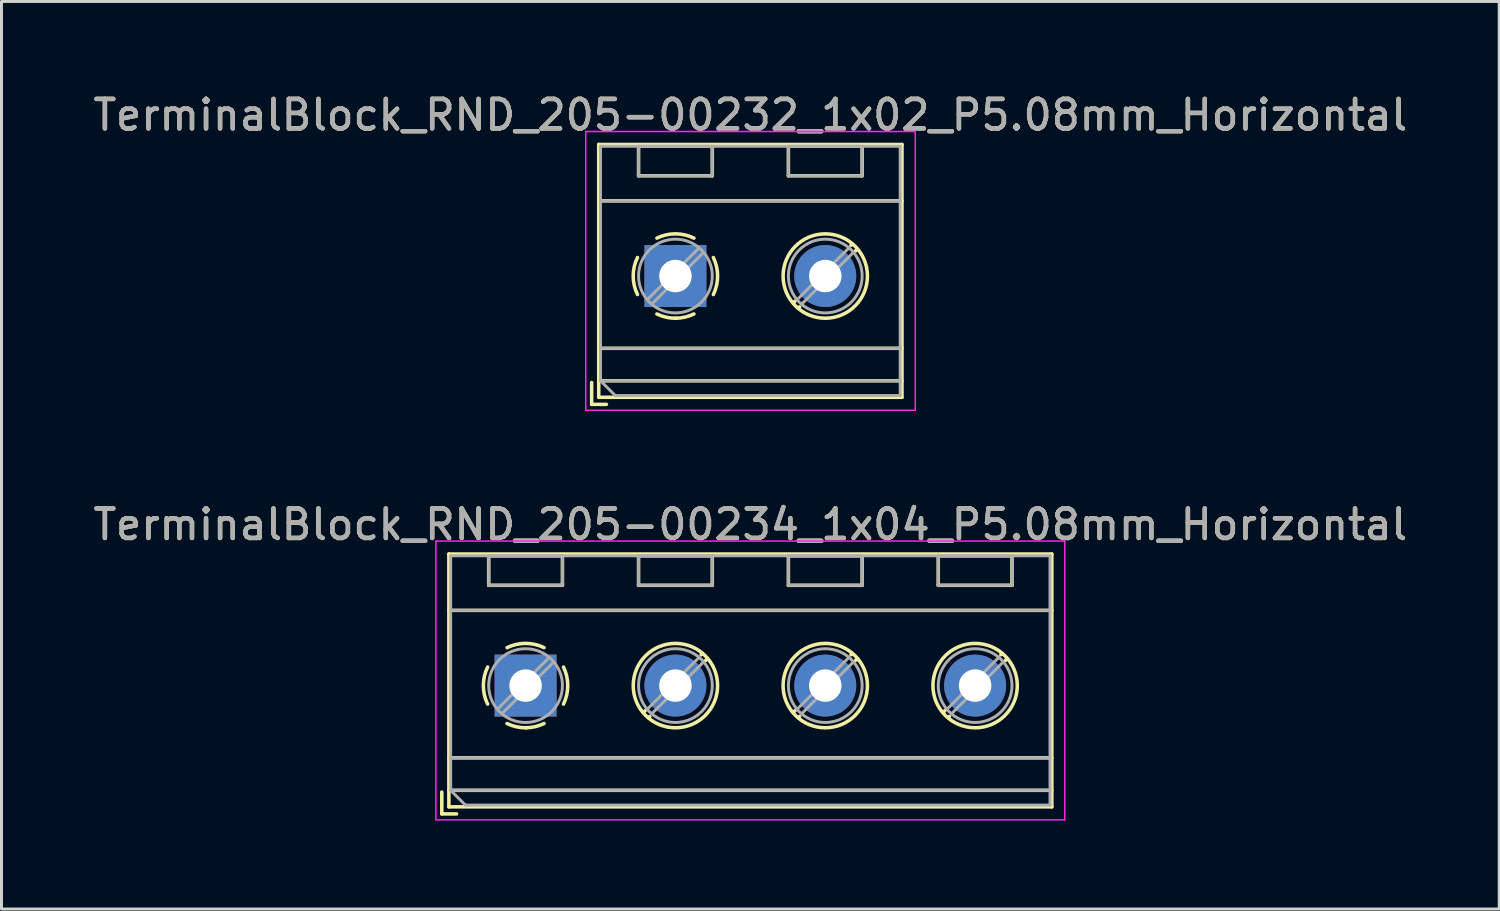
<source format=kicad_pcb>
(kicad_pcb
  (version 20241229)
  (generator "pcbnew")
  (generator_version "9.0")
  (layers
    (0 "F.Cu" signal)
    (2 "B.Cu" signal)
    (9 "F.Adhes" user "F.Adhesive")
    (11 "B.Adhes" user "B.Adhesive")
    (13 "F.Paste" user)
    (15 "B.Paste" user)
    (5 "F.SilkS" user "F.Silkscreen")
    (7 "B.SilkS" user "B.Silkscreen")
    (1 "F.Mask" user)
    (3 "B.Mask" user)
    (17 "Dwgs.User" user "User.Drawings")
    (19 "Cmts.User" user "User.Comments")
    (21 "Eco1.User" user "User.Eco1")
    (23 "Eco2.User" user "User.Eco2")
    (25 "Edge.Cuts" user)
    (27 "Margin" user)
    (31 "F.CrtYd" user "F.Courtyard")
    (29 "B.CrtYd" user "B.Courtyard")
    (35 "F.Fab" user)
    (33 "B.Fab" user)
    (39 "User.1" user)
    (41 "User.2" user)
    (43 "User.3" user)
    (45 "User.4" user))
  (footprint "TerminalBlock_RND_205-00234_1x04_P5.08mm_Horizontal"
    (layer "F.Cu")
    (at 14.767 20.192)
    (property "Reference" "TerminalBlock_RND_205-00234_1x04_P5.08mm_Horizontal" (at 7.62 -5.46 0) (layer "F.SilkS") (effects (font (size 1 1) (thickness 0.15))))
    (attr through_hole)
    (fp_line (start -2.84 3.61) (end -2.84 4.35) (stroke (width 0.12) (type solid)) (layer "F.SilkS"))
    (fp_line (start -2.84 4.35) (end -2.34 4.35) (stroke (width 0.12) (type solid)) (layer "F.SilkS"))
    (fp_line (start -2.6 -4.46) (end -2.6 4.11) (stroke (width 0.12) (type solid)) (layer "F.SilkS"))
    (fp_line (start -2.6 -4.46) (end 17.84 -4.46) (stroke (width 0.12) (type solid)) (layer "F.SilkS"))
    (fp_line (start -2.6 -2.55) (end 17.84 -2.55) (stroke (width 0.12) (type solid)) (layer "F.SilkS"))
    (fp_line (start -2.6 2.45) (end 17.84 2.45) (stroke (width 0.12) (type solid)) (layer "F.SilkS"))
    (fp_line (start -2.6 3.55) (end 17.84 3.55) (stroke (width 0.12) (type solid)) (layer "F.SilkS"))
    (fp_line (start -2.6 4.11) (end 17.84 4.11) (stroke (width 0.12) (type solid)) (layer "F.SilkS"))
    (fp_line (start -1.25 -4.4) (end -1.25 -3.4) (stroke (width 0.12) (type solid)) (layer "F.SilkS"))
    (fp_line (start -1.25 -4.4) (end 1.25 -4.4) (stroke (width 0.12) (type solid)) (layer "F.SilkS"))
    (fp_line (start -1.25 -3.4) (end 1.25 -3.4) (stroke (width 0.12) (type solid)) (layer "F.SilkS"))
    (fp_line (start 1.25 -4.4) (end 1.25 -3.4) (stroke (width 0.12) (type solid)) (layer "F.SilkS"))
    (fp_line (start 3.83 -4.4) (end 3.83 -3.4) (stroke (width 0.12) (type solid)) (layer "F.SilkS"))
    (fp_line (start 3.83 -4.4) (end 6.33 -4.4) (stroke (width 0.12) (type solid)) (layer "F.SilkS"))
    (fp_line (start 3.83 -3.4) (end 6.33 -3.4) (stroke (width 0.12) (type solid)) (layer "F.SilkS"))
    (fp_line (start 4.056 0.85) (end 3.996 0.91) (stroke (width 0.12) (type solid)) (layer "F.SilkS"))
    (fp_line (start 4.21 1.045) (end 4.17 1.085) (stroke (width 0.12) (type solid)) (layer "F.SilkS"))
    (fp_line (start 5.991 -1.085) (end 5.951 -1.045) (stroke (width 0.12) (type solid)) (layer "F.SilkS"))
    (fp_line (start 6.165 -0.91) (end 6.105 -0.851) (stroke (width 0.12) (type solid)) (layer "F.SilkS"))
    (fp_line (start 6.33 -4.4) (end 6.33 -3.4) (stroke (width 0.12) (type solid)) (layer "F.SilkS"))
    (fp_line (start 8.91 -4.4) (end 8.91 -3.4) (stroke (width 0.12) (type solid)) (layer "F.SilkS"))
    (fp_line (start 8.91 -4.4) (end 11.41 -4.4) (stroke (width 0.12) (type solid)) (layer "F.SilkS"))
    (fp_line (start 8.91 -3.4) (end 11.41 -3.4) (stroke (width 0.12) (type solid)) (layer "F.SilkS"))
    (fp_line (start 9.136 0.85) (end 9.076 0.91) (stroke (width 0.12) (type solid)) (layer "F.SilkS"))
    (fp_line (start 9.29 1.045) (end 9.25 1.085) (stroke (width 0.12) (type solid)) (layer "F.SilkS"))
    (fp_line (start 11.071 -1.085) (end 11.031 -1.045) (stroke (width 0.12) (type solid)) (layer "F.SilkS"))
    (fp_line (start 11.245 -0.91) (end 11.185 -0.851) (stroke (width 0.12) (type solid)) (layer "F.SilkS"))
    (fp_line (start 11.41 -4.4) (end 11.41 -3.4) (stroke (width 0.12) (type solid)) (layer "F.SilkS"))
    (fp_line (start 13.99 -4.4) (end 13.99 -3.4) (stroke (width 0.12) (type solid)) (layer "F.SilkS"))
    (fp_line (start 13.99 -4.4) (end 16.49 -4.4) (stroke (width 0.12) (type solid)) (layer "F.SilkS"))
    (fp_line (start 13.99 -3.4) (end 16.49 -3.4) (stroke (width 0.12) (type solid)) (layer "F.SilkS"))
    (fp_line (start 14.216 0.85) (end 14.156 0.91) (stroke (width 0.12) (type solid)) (layer "F.SilkS"))
    (fp_line (start 14.37 1.045) (end 14.33 1.085) (stroke (width 0.12) (type solid)) (layer "F.SilkS"))
    (fp_line (start 16.151 -1.085) (end 16.111 -1.045) (stroke (width 0.12) (type solid)) (layer "F.SilkS"))
    (fp_line (start 16.325 -0.91) (end 16.265 -0.851) (stroke (width 0.12) (type solid)) (layer "F.SilkS"))
    (fp_line (start 16.49 -4.4) (end 16.49 -3.4) (stroke (width 0.12) (type solid)) (layer "F.SilkS"))
    (fp_line (start 17.84 -4.46) (end 17.84 4.11) (stroke (width 0.12) (type solid)) (layer "F.SilkS"))
    (fp_arc (start -1.286611 0.626746) (mid -1.431146 -0.000697) (end -1.286 -0.628) (stroke (width 0.12) (type solid)) (layer "F.SilkS"))
    (fp_arc (start -0.627362 -1.285823) (mid -0.000201 -1.430707) (end 0.627 -1.286) (stroke (width 0.12) (type solid)) (layer "F.SilkS"))
    (fp_arc (start 0.02428 1.43094) (mid -0.310437 1.397071) (end -0.628 1.286) (stroke (width 0.12) (type solid)) (layer "F.SilkS"))
    (fp_arc (start 0.626871 1.285275) (mid 0.32168 1.393349) (end 0 1.43) (stroke (width 0.12) (type solid)) (layer "F.SilkS"))
    (fp_arc (start 1.285823 -0.627362) (mid 1.430707 -0.000201) (end 1.286 0.627) (stroke (width 0.12) (type solid)) (layer "F.SilkS"))
    (fp_circle (center 5.08 0) (end 6.51 0) (stroke (width 0.12) (type solid)) (fill no) (layer "F.SilkS"))
    (fp_circle (center 10.16 0) (end 11.59 0) (stroke (width 0.12) (type solid)) (fill no) (layer "F.SilkS"))
    (fp_circle (center 15.24 0) (end 16.67 0) (stroke (width 0.12) (type solid)) (fill no) (layer "F.SilkS"))
    (fp_line (start -3.04 -4.9) (end -3.04 4.55) (stroke (width 0.05) (type solid)) (layer "F.CrtYd"))
    (fp_line (start -3.04 4.55) (end 18.28 4.55) (stroke (width 0.05) (type solid)) (layer "F.CrtYd"))
    (fp_line (start 18.28 -4.9) (end -3.04 -4.9) (stroke (width 0.05) (type solid)) (layer "F.CrtYd"))
    (fp_line (start 18.28 4.55) (end 18.28 -4.9) (stroke (width 0.05) (type solid)) (layer "F.CrtYd"))
    (fp_line (start -2.54 -4.4) (end 17.78 -4.4) (stroke (width 0.1) (type solid)) (layer "F.Fab"))
    (fp_line (start -2.54 -2.55) (end 17.78 -2.55) (stroke (width 0.1) (type solid)) (layer "F.Fab"))
    (fp_line (start -2.54 2.45) (end 17.78 2.45) (stroke (width 0.1) (type solid)) (layer "F.Fab"))
    (fp_line (start -2.54 3.55) (end -2.54 -4.4) (stroke (width 0.1) (type solid)) (layer "F.Fab"))
    (fp_line (start -2.54 3.55) (end 17.78 3.55) (stroke (width 0.1) (type solid)) (layer "F.Fab"))
    (fp_line (start -2.04 4.05) (end -2.54 3.55) (stroke (width 0.1) (type solid)) (layer "F.Fab"))
    (fp_line (start -1.25 -4.4) (end -1.25 -3.4) (stroke (width 0.1) (type solid)) (layer "F.Fab"))
    (fp_line (start -1.25 -3.4) (end 1.25 -3.4) (stroke (width 0.1) (type solid)) (layer "F.Fab"))
    (fp_line (start 0.796 -0.948) (end -0.949 0.796) (stroke (width 0.1) (type solid)) (layer "F.Fab"))
    (fp_line (start 0.949 -0.796) (end -0.796 0.948) (stroke (width 0.1) (type solid)) (layer "F.Fab"))
    (fp_line (start 1.25 -4.4) (end -1.25 -4.4) (stroke (width 0.1) (type solid)) (layer "F.Fab"))
    (fp_line (start 1.25 -3.4) (end 1.25 -4.4) (stroke (width 0.1) (type solid)) (layer "F.Fab"))
    (fp_line (start 3.83 -4.4) (end 3.83 -3.4) (stroke (width 0.1) (type solid)) (layer "F.Fab"))
    (fp_line (start 3.83 -3.4) (end 6.33 -3.4) (stroke (width 0.1) (type solid)) (layer "F.Fab"))
    (fp_line (start 5.876 -0.948) (end 4.132 0.796) (stroke (width 0.1) (type solid)) (layer "F.Fab"))
    (fp_line (start 6.029 -0.796) (end 4.285 0.948) (stroke (width 0.1) (type solid)) (layer "F.Fab"))
    (fp_line (start 6.33 -4.4) (end 3.83 -4.4) (stroke (width 0.1) (type solid)) (layer "F.Fab"))
    (fp_line (start 6.33 -3.4) (end 6.33 -4.4) (stroke (width 0.1) (type solid)) (layer "F.Fab"))
    (fp_line (start 8.91 -4.4) (end 8.91 -3.4) (stroke (width 0.1) (type solid)) (layer "F.Fab"))
    (fp_line (start 8.91 -3.4) (end 11.41 -3.4) (stroke (width 0.1) (type solid)) (layer "F.Fab"))
    (fp_line (start 10.956 -0.948) (end 9.212 0.796) (stroke (width 0.1) (type solid)) (layer "F.Fab"))
    (fp_line (start 11.109 -0.796) (end 9.365 0.948) (stroke (width 0.1) (type solid)) (layer "F.Fab"))
    (fp_line (start 11.41 -4.4) (end 8.91 -4.4) (stroke (width 0.1) (type solid)) (layer "F.Fab"))
    (fp_line (start 11.41 -3.4) (end 11.41 -4.4) (stroke (width 0.1) (type solid)) (layer "F.Fab"))
    (fp_line (start 13.99 -4.4) (end 13.99 -3.4) (stroke (width 0.1) (type solid)) (layer "F.Fab"))
    (fp_line (start 13.99 -3.4) (end 16.49 -3.4) (stroke (width 0.1) (type solid)) (layer "F.Fab"))
    (fp_line (start 16.036 -0.948) (end 14.292 0.796) (stroke (width 0.1) (type solid)) (layer "F.Fab"))
    (fp_line (start 16.189 -0.796) (end 14.445 0.948) (stroke (width 0.1) (type solid)) (layer "F.Fab"))
    (fp_line (start 16.49 -4.4) (end 13.99 -4.4) (stroke (width 0.1) (type solid)) (layer "F.Fab"))
    (fp_line (start 16.49 -3.4) (end 16.49 -4.4) (stroke (width 0.1) (type solid)) (layer "F.Fab"))
    (fp_line (start 17.78 -4.4) (end 17.78 4.05) (stroke (width 0.1) (type solid)) (layer "F.Fab"))
    (fp_line (start 17.78 4.05) (end -2.04 4.05) (stroke (width 0.1) (type solid)) (layer "F.Fab"))
    (fp_circle (center 0 0) (end 1.25 0) (stroke (width 0.1) (type solid)) (fill no) (layer "F.Fab"))
    (fp_circle (center 5.08 0) (end 6.33 0) (stroke (width 0.1) (type solid)) (fill no) (layer "F.Fab"))
    (fp_circle (center 10.16 0) (end 11.41 0) (stroke (width 0.1) (type solid)) (fill no) (layer "F.Fab"))
    (fp_circle (center 15.24 0) (end 16.49 0) (stroke (width 0.1) (type solid)) (fill no) (layer "F.Fab"))
    (fp_text user "${REFERENCE}" (at 7.62 -5.46 0) (layer "F.Fab") (effects (font (size 1 1) (thickness 0.15))))
    (pad "1" thru_hole rect (at 0 0) (size 2.1 2.1) (drill 1.1) (layers "*.Cu" "*.Mask"))
    (pad "2" thru_hole circle (at 5.08 0) (size 2.1 2.1) (drill 1.1) (layers "*.Cu" "*.Mask"))
    (pad "3" thru_hole circle (at 10.16 0) (size 2.1 2.1) (drill 1.1) (layers "*.Cu" "*.Mask"))
    (pad "4" thru_hole circle (at 15.24 0) (size 2.1 2.1) (drill 1.1) (layers "*.Cu" "*.Mask")))
  (footprint "TerminalBlock_RND_205-00232_1x02_P5.08mm_Horizontal"
    (layer "F.Cu")
    (at 19.847 6.308)
    (property "Reference" "TerminalBlock_RND_205-00232_1x02_P5.08mm_Horizontal" (at 2.54 -5.46 0) (layer "F.SilkS") (effects (font (size 1 1) (thickness 0.15))))
    (attr through_hole)
    (fp_line (start -2.84 3.61) (end -2.84 4.35) (stroke (width 0.12) (type solid)) (layer "F.SilkS"))
    (fp_line (start -2.84 4.35) (end -2.34 4.35) (stroke (width 0.12) (type solid)) (layer "F.SilkS"))
    (fp_line (start -2.6 -4.46) (end -2.6 4.11) (stroke (width 0.12) (type solid)) (layer "F.SilkS"))
    (fp_line (start -2.6 -4.46) (end 7.68 -4.46) (stroke (width 0.12) (type solid)) (layer "F.SilkS"))
    (fp_line (start -2.6 -2.55) (end 7.68 -2.55) (stroke (width 0.12) (type solid)) (layer "F.SilkS"))
    (fp_line (start -2.6 2.45) (end 7.68 2.45) (stroke (width 0.12) (type solid)) (layer "F.SilkS"))
    (fp_line (start -2.6 3.55) (end 7.68 3.55) (stroke (width 0.12) (type solid)) (layer "F.SilkS"))
    (fp_line (start -2.6 4.11) (end 7.68 4.11) (stroke (width 0.12) (type solid)) (layer "F.SilkS"))
    (fp_line (start -1.25 -4.4) (end -1.25 -3.4) (stroke (width 0.12) (type solid)) (layer "F.SilkS"))
    (fp_line (start -1.25 -4.4) (end 1.25 -4.4) (stroke (width 0.12) (type solid)) (layer "F.SilkS"))
    (fp_line (start -1.25 -3.4) (end 1.25 -3.4) (stroke (width 0.12) (type solid)) (layer "F.SilkS"))
    (fp_line (start 1.25 -4.4) (end 1.25 -3.4) (stroke (width 0.12) (type solid)) (layer "F.SilkS"))
    (fp_line (start 3.83 -4.4) (end 3.83 -3.4) (stroke (width 0.12) (type solid)) (layer "F.SilkS"))
    (fp_line (start 3.83 -4.4) (end 6.33 -4.4) (stroke (width 0.12) (type solid)) (layer "F.SilkS"))
    (fp_line (start 3.83 -3.4) (end 6.33 -3.4) (stroke (width 0.12) (type solid)) (layer "F.SilkS"))
    (fp_line (start 4.056 0.85) (end 3.996 0.91) (stroke (width 0.12) (type solid)) (layer "F.SilkS"))
    (fp_line (start 4.21 1.045) (end 4.17 1.085) (stroke (width 0.12) (type solid)) (layer "F.SilkS"))
    (fp_line (start 5.991 -1.085) (end 5.951 -1.045) (stroke (width 0.12) (type solid)) (layer "F.SilkS"))
    (fp_line (start 6.165 -0.91) (end 6.105 -0.851) (stroke (width 0.12) (type solid)) (layer "F.SilkS"))
    (fp_line (start 6.33 -4.4) (end 6.33 -3.4) (stroke (width 0.12) (type solid)) (layer "F.SilkS"))
    (fp_line (start 7.68 -4.46) (end 7.68 4.11) (stroke (width 0.12) (type solid)) (layer "F.SilkS"))
    (fp_arc (start -1.286611 0.626746) (mid -1.431146 -0.000697) (end -1.286 -0.628) (stroke (width 0.12) (type solid)) (layer "F.SilkS"))
    (fp_arc (start -0.627362 -1.285823) (mid -0.000201 -1.430707) (end 0.627 -1.286) (stroke (width 0.12) (type solid)) (layer "F.SilkS"))
    (fp_arc (start 0.02428 1.43094) (mid -0.310437 1.397071) (end -0.628 1.286) (stroke (width 0.12) (type solid)) (layer "F.SilkS"))
    (fp_arc (start 0.626871 1.285275) (mid 0.32168 1.393349) (end 0 1.43) (stroke (width 0.12) (type solid)) (layer "F.SilkS"))
    (fp_arc (start 1.285823 -0.627362) (mid 1.430707 -0.000201) (end 1.286 0.627) (stroke (width 0.12) (type solid)) (layer "F.SilkS"))
    (fp_circle (center 5.08 0) (end 6.51 0) (stroke (width 0.12) (type solid)) (fill no) (layer "F.SilkS"))
    (fp_line (start -3.04 -4.9) (end -3.04 4.55) (stroke (width 0.05) (type solid)) (layer "F.CrtYd"))
    (fp_line (start -3.04 4.55) (end 8.13 4.55) (stroke (width 0.05) (type solid)) (layer "F.CrtYd"))
    (fp_line (start 8.13 -4.9) (end -3.04 -4.9) (stroke (width 0.05) (type solid)) (layer "F.CrtYd"))
    (fp_line (start 8.13 4.55) (end 8.13 -4.9) (stroke (width 0.05) (type solid)) (layer "F.CrtYd"))
    (fp_line (start -2.54 -4.4) (end 7.62 -4.4) (stroke (width 0.1) (type solid)) (layer "F.Fab"))
    (fp_line (start -2.54 -2.55) (end 7.62 -2.55) (stroke (width 0.1) (type solid)) (layer "F.Fab"))
    (fp_line (start -2.54 2.45) (end 7.62 2.45) (stroke (width 0.1) (type solid)) (layer "F.Fab"))
    (fp_line (start -2.54 3.55) (end -2.54 -4.4) (stroke (width 0.1) (type solid)) (layer "F.Fab"))
    (fp_line (start -2.54 3.55) (end 7.62 3.55) (stroke (width 0.1) (type solid)) (layer "F.Fab"))
    (fp_line (start -2.04 4.05) (end -2.54 3.55) (stroke (width 0.1) (type solid)) (layer "F.Fab"))
    (fp_line (start -1.25 -4.4) (end -1.25 -3.4) (stroke (width 0.1) (type solid)) (layer "F.Fab"))
    (fp_line (start -1.25 -3.4) (end 1.25 -3.4) (stroke (width 0.1) (type solid)) (layer "F.Fab"))
    (fp_line (start 0.796 -0.948) (end -0.949 0.796) (stroke (width 0.1) (type solid)) (layer "F.Fab"))
    (fp_line (start 0.949 -0.796) (end -0.796 0.948) (stroke (width 0.1) (type solid)) (layer "F.Fab"))
    (fp_line (start 1.25 -4.4) (end -1.25 -4.4) (stroke (width 0.1) (type solid)) (layer "F.Fab"))
    (fp_line (start 1.25 -3.4) (end 1.25 -4.4) (stroke (width 0.1) (type solid)) (layer "F.Fab"))
    (fp_line (start 3.83 -4.4) (end 3.83 -3.4) (stroke (width 0.1) (type solid)) (layer "F.Fab"))
    (fp_line (start 3.83 -3.4) (end 6.33 -3.4) (stroke (width 0.1) (type solid)) (layer "F.Fab"))
    (fp_line (start 5.876 -0.948) (end 4.132 0.796) (stroke (width 0.1) (type solid)) (layer "F.Fab"))
    (fp_line (start 6.029 -0.796) (end 4.285 0.948) (stroke (width 0.1) (type solid)) (layer "F.Fab"))
    (fp_line (start 6.33 -4.4) (end 3.83 -4.4) (stroke (width 0.1) (type solid)) (layer "F.Fab"))
    (fp_line (start 6.33 -3.4) (end 6.33 -4.4) (stroke (width 0.1) (type solid)) (layer "F.Fab"))
    (fp_line (start 7.62 -4.4) (end 7.62 4.05) (stroke (width 0.1) (type solid)) (layer "F.Fab"))
    (fp_line (start 7.62 4.05) (end -2.04 4.05) (stroke (width 0.1) (type solid)) (layer "F.Fab"))
    (fp_circle (center 0 0) (end 1.25 0) (stroke (width 0.1) (type solid)) (fill no) (layer "F.Fab"))
    (fp_circle (center 5.08 0) (end 6.33 0) (stroke (width 0.1) (type solid)) (fill no) (layer "F.Fab"))
    (fp_text user "${REFERENCE}" (at 2.54 -5.46 0) (layer "F.Fab") (effects (font (size 1 1) (thickness 0.15))))
    (pad "1" thru_hole rect (at 0 0) (size 2.1 2.1) (drill 1.1) (layers "*.Cu" "*.Mask"))
    (pad "2" thru_hole circle (at 5.08 0) (size 2.1 2.1) (drill 1.1) (layers "*.Cu" "*.Mask")))
  (gr_rect
    (start -3 -3)
    (end 47.774 27.767)
    (stroke (width 0.1) (type default))
    (fill no)
    (layer "Edge.Cuts")))
</source>
